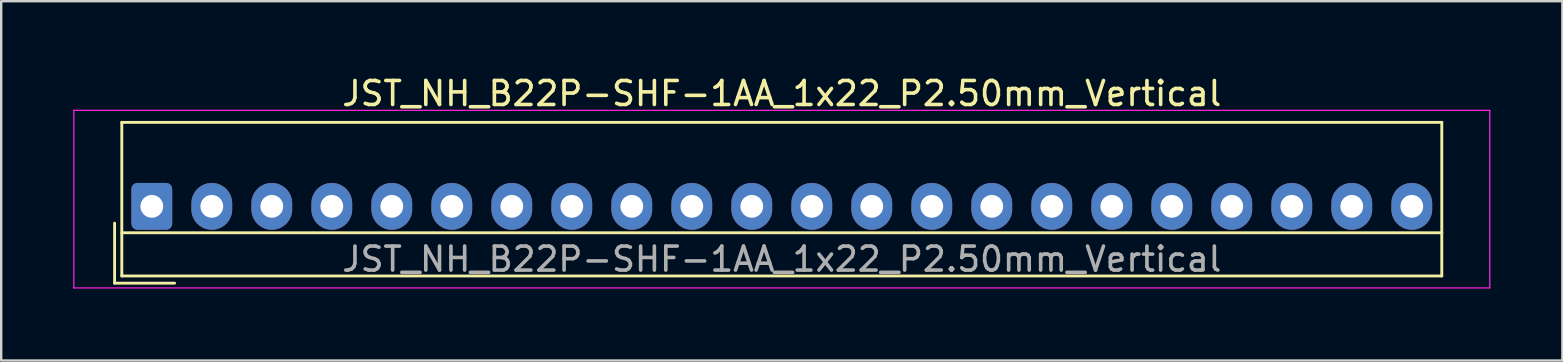
<source format=kicad_pcb>
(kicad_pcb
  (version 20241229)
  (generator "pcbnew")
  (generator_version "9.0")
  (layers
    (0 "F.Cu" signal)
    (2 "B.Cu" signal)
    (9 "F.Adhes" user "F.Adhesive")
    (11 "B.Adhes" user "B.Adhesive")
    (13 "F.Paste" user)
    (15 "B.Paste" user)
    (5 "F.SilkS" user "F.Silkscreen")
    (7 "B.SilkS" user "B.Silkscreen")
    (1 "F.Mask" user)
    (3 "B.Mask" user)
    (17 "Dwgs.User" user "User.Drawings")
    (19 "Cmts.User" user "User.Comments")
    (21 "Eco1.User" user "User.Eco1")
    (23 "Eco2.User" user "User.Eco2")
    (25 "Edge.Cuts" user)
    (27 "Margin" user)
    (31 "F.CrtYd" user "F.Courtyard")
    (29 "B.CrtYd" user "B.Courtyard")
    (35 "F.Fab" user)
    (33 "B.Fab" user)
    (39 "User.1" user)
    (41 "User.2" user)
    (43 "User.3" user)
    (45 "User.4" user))
  (footprint "JST_NH_B22P-SHF-1AA_1x22_P2.50mm_Vertical"
    (layer "F.Cu")
    (at 3.275 5.548)
    (property "Reference" "JST_NH_B22P-SHF-1AA_1x22_P2.50mm_Vertical" (at 26.25 -4.7 0) (layer "F.SilkS") (effects (font (size 1 1) (thickness 0.15))))
    (attr through_hole)
    (fp_line (start -1.55 0.7) (end -1.55 3.2) (stroke (width 0.12) (type solid)) (layer "F.SilkS"))
    (fp_line (start -1.55 3.2) (end 0.95 3.2) (stroke (width 0.12) (type solid)) (layer "F.SilkS"))
    (fp_line (start -1.25 -3.5) (end -1.25 2.9) (stroke (width 0.12) (type solid)) (layer "F.SilkS"))
    (fp_line (start -1.25 1.1) (end 53.75 1.1) (stroke (width 0.12) (type solid)) (layer "F.SilkS"))
    (fp_line (start -1.25 2.9) (end 53.75 2.9) (stroke (width 0.12) (type solid)) (layer "F.SilkS"))
    (fp_line (start 53.75 -3.5) (end -1.25 -3.5) (stroke (width 0.12) (type solid)) (layer "F.SilkS"))
    (fp_line (start 53.75 2.9) (end 53.75 -3.5) (stroke (width 0.12) (type solid)) (layer "F.SilkS"))
    (fp_line (start -3.25 -4) (end -3.25 3.4) (stroke (width 0.05) (type solid)) (layer "F.CrtYd"))
    (fp_line (start -3.25 3.4) (end 55.75 3.4) (stroke (width 0.05) (type solid)) (layer "F.CrtYd"))
    (fp_line (start 55.75 -4) (end -3.25 -4) (stroke (width 0.05) (type solid)) (layer "F.CrtYd"))
    (fp_line (start 55.75 3.4) (end 55.75 -4) (stroke (width 0.05) (type solid)) (layer "F.CrtYd"))
    (fp_text user "${REFERENCE}" (at 26.25 2.2 0) (layer "F.Fab") (effects (font (size 1 1) (thickness 0.15))))
    (pad "1" thru_hole roundrect (at 0 0) (size 1.7 1.95) (drill 0.95) (layers "*.Cu" "*.Mask") (roundrect_rratio 0.147))
    (pad "2" thru_hole oval (at 2.5 0) (size 1.7 1.95) (drill 0.95) (layers "*.Cu" "*.Mask"))
    (pad "3" thru_hole oval (at 5 0) (size 1.7 1.95) (drill 0.95) (layers "*.Cu" "*.Mask"))
    (pad "4" thru_hole oval (at 7.5 0) (size 1.7 1.95) (drill 0.95) (layers "*.Cu" "*.Mask"))
    (pad "5" thru_hole oval (at 10 0) (size 1.7 1.95) (drill 0.95) (layers "*.Cu" "*.Mask"))
    (pad "6" thru_hole oval (at 12.5 0) (size 1.7 1.95) (drill 0.95) (layers "*.Cu" "*.Mask"))
    (pad "7" thru_hole oval (at 15 0) (size 1.7 1.95) (drill 0.95) (layers "*.Cu" "*.Mask"))
    (pad "8" thru_hole oval (at 17.5 0) (size 1.7 1.95) (drill 0.95) (layers "*.Cu" "*.Mask"))
    (pad "9" thru_hole oval (at 20 0) (size 1.7 1.95) (drill 0.95) (layers "*.Cu" "*.Mask"))
    (pad "10" thru_hole oval (at 22.5 0) (size 1.7 1.95) (drill 0.95) (layers "*.Cu" "*.Mask"))
    (pad "11" thru_hole oval (at 25 0) (size 1.7 1.95) (drill 0.95) (layers "*.Cu" "*.Mask"))
    (pad "12" thru_hole oval (at 27.5 0) (size 1.7 1.95) (drill 0.95) (layers "*.Cu" "*.Mask"))
    (pad "13" thru_hole oval (at 30 0) (size 1.7 1.95) (drill 0.95) (layers "*.Cu" "*.Mask"))
    (pad "14" thru_hole oval (at 32.5 0) (size 1.7 1.95) (drill 0.95) (layers "*.Cu" "*.Mask"))
    (pad "15" thru_hole oval (at 35 0) (size 1.7 1.95) (drill 0.95) (layers "*.Cu" "*.Mask"))
    (pad "16" thru_hole oval (at 37.5 0) (size 1.7 1.95) (drill 0.95) (layers "*.Cu" "*.Mask"))
    (pad "17" thru_hole oval (at 40 0) (size 1.7 1.95) (drill 0.95) (layers "*.Cu" "*.Mask"))
    (pad "18" thru_hole oval (at 42.5 0) (size 1.7 1.95) (drill 0.95) (layers "*.Cu" "*.Mask"))
    (pad "19" thru_hole oval (at 45 0) (size 1.7 1.95) (drill 0.95) (layers "*.Cu" "*.Mask"))
    (pad "20" thru_hole oval (at 47.5 0) (size 1.7 1.95) (drill 0.95) (layers "*.Cu" "*.Mask"))
    (pad "21" thru_hole oval (at 50 0) (size 1.7 1.95) (drill 0.95) (layers "*.Cu" "*.Mask"))
    (pad "22" thru_hole oval (at 52.5 0) (size 1.7 1.95) (drill 0.95) (layers "*.Cu" "*.Mask")))
  (gr_rect
    (start -3 -3)
    (end 62.05 11.973)
    (stroke (width 0.1) (type default))
    (fill no)
    (layer "Edge.Cuts")))
</source>
